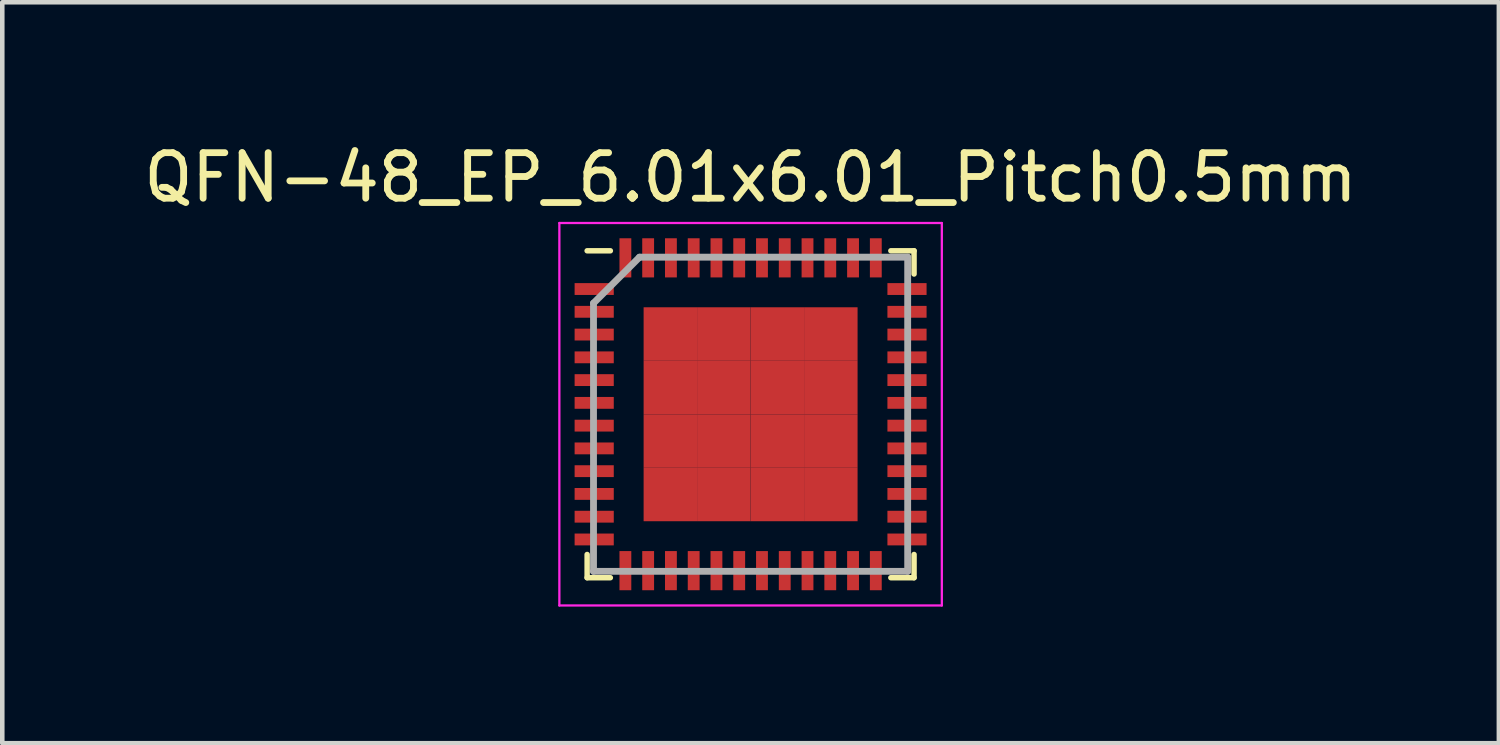
<source format=kicad_pcb>
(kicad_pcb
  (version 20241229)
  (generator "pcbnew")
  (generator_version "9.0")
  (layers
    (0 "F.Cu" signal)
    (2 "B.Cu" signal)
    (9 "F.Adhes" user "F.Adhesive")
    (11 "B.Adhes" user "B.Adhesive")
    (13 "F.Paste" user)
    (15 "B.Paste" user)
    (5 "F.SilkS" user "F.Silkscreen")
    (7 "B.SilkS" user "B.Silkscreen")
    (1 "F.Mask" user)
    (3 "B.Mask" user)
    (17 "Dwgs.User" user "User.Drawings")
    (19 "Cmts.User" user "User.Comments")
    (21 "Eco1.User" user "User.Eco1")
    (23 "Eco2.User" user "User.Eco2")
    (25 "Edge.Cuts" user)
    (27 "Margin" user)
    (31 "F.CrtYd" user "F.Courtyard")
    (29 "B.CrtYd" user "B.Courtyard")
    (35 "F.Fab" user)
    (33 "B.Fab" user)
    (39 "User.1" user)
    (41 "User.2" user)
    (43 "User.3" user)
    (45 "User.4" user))
  (footprint "QFN-48_EP_6.01x6.01_Pitch0.5mm"
    (layer "F.Cu")
    (at 13.435 6.048)
    (property "Reference" "QFN-48_EP_6.01x6.01_Pitch0.5mm" (at 0 -5.2 0) (layer "F.SilkS") (effects (font (size 1 1) (thickness 0.15))))
    (attr smd)
    (fp_line (start -3.59 -3.59) (end -3.08 -3.59) (stroke (width 0.12) (type solid)) (layer "F.SilkS"))
    (fp_line (start -3.59 3.08) (end -3.59 3.59) (stroke (width 0.12) (type solid)) (layer "F.SilkS"))
    (fp_line (start -3.59 3.59) (end -3.08 3.59) (stroke (width 0.12) (type solid)) (layer "F.SilkS"))
    (fp_line (start 3.08 -3.59) (end 3.59 -3.59) (stroke (width 0.12) (type solid)) (layer "F.SilkS"))
    (fp_line (start 3.08 3.59) (end 3.59 3.59) (stroke (width 0.12) (type solid)) (layer "F.SilkS"))
    (fp_line (start 3.59 -3.59) (end 3.59 -3.08) (stroke (width 0.12) (type solid)) (layer "F.SilkS"))
    (fp_line (start 3.59 3.59) (end 3.59 3.08) (stroke (width 0.12) (type solid)) (layer "F.SilkS"))
    (fp_line (start -4.2 -4.2) (end 4.2 -4.2) (stroke (width 0.05) (type solid)) (layer "F.CrtYd"))
    (fp_line (start -4.2 4.2) (end -4.2 -4.2) (stroke (width 0.05) (type solid)) (layer "F.CrtYd"))
    (fp_line (start 4.2 -4.2) (end 4.2 4.2) (stroke (width 0.05) (type solid)) (layer "F.CrtYd"))
    (fp_line (start 4.2 4.2) (end -4.2 4.2) (stroke (width 0.05) (type solid)) (layer "F.CrtYd"))
    (fp_line (start -3.45 -2.44) (end -3.45 3.45) (stroke (width 0.15) (type solid)) (layer "F.Fab"))
    (fp_line (start -3.45 3.45) (end 3.45 3.45) (stroke (width 0.15) (type solid)) (layer "F.Fab"))
    (fp_line (start -2.44 -3.45) (end -3.45 -2.44) (stroke (width 0.15) (type solid)) (layer "F.Fab"))
    (fp_line (start 3.45 -3.45) (end -2.44 -3.45) (stroke (width 0.15) (type solid)) (layer "F.Fab"))
    (fp_line (start 3.45 3.45) (end 3.45 -3.45) (stroke (width 0.15) (type solid)) (layer "F.Fab"))
    (pad "0" smd rect (at -1.762 -1.762) (size 1.175 1.175) (layers "F.Cu" "F.Mask" "F.Paste"))
    (pad "0" smd rect (at -1.762 -0.588) (size 1.175 1.175) (layers "F.Cu" "F.Mask" "F.Paste"))
    (pad "0" smd rect (at -1.762 0.588) (size 1.175 1.175) (layers "F.Cu" "F.Mask" "F.Paste"))
    (pad "0" smd rect (at -1.762 1.762) (size 1.175 1.175) (layers "F.Cu" "F.Mask" "F.Paste"))
    (pad "0" smd rect (at -0.588 -1.762) (size 1.175 1.175) (layers "F.Cu" "F.Mask" "F.Paste"))
    (pad "0" smd rect (at -0.588 -0.588) (size 1.175 1.175) (layers "F.Cu" "F.Mask" "F.Paste"))
    (pad "0" smd rect (at -0.588 0.588) (size 1.175 1.175) (layers "F.Cu" "F.Mask" "F.Paste"))
    (pad "0" smd rect (at -0.588 1.762) (size 1.175 1.175) (layers "F.Cu" "F.Mask" "F.Paste"))
    (pad "0" smd rect (at 0.588 -1.762) (size 1.175 1.175) (layers "F.Cu" "F.Mask" "F.Paste"))
    (pad "0" smd rect (at 0.588 -0.588) (size 1.175 1.175) (layers "F.Cu" "F.Mask" "F.Paste"))
    (pad "0" smd rect (at 0.588 0.588) (size 1.175 1.175) (layers "F.Cu" "F.Mask" "F.Paste"))
    (pad "0" smd rect (at 0.588 1.762) (size 1.175 1.175) (layers "F.Cu" "F.Mask" "F.Paste"))
    (pad "0" smd rect (at 1.762 -1.762) (size 1.175 1.175) (layers "F.Cu" "F.Mask" "F.Paste"))
    (pad "0" smd rect (at 1.762 -0.588) (size 1.175 1.175) (layers "F.Cu" "F.Mask" "F.Paste"))
    (pad "0" smd rect (at 1.762 0.588) (size 1.175 1.175) (layers "F.Cu" "F.Mask" "F.Paste"))
    (pad "0" smd rect (at 1.762 1.762) (size 1.175 1.175) (layers "F.Cu" "F.Mask" "F.Paste"))
    (pad "1" smd rect (at -3.435 -2.75 90) (size 0.26 0.86) (layers "F.Cu" "F.Mask" "F.Paste"))
    (pad "2" smd rect (at -3.435 -2.25 90) (size 0.26 0.86) (layers "F.Cu" "F.Mask" "F.Paste"))
    (pad "3" smd rect (at -3.435 -1.75 90) (size 0.26 0.86) (layers "F.Cu" "F.Mask" "F.Paste"))
    (pad "4" smd rect (at -3.435 -1.25 90) (size 0.26 0.86) (layers "F.Cu" "F.Mask" "F.Paste"))
    (pad "5" smd rect (at -3.435 -0.75 90) (size 0.26 0.86) (layers "F.Cu" "F.Mask" "F.Paste"))
    (pad "6" smd rect (at -3.435 -0.25 90) (size 0.26 0.86) (layers "F.Cu" "F.Mask" "F.Paste"))
    (pad "7" smd rect (at -3.435 0.25 90) (size 0.26 0.86) (layers "F.Cu" "F.Mask" "F.Paste"))
    (pad "8" smd rect (at -3.435 0.75 90) (size 0.26 0.86) (layers "F.Cu" "F.Mask" "F.Paste"))
    (pad "9" smd rect (at -3.435 1.25 90) (size 0.26 0.86) (layers "F.Cu" "F.Mask" "F.Paste"))
    (pad "10" smd rect (at -3.435 1.75 90) (size 0.26 0.86) (layers "F.Cu" "F.Mask" "F.Paste"))
    (pad "11" smd rect (at -3.435 2.25 90) (size 0.26 0.86) (layers "F.Cu" "F.Mask" "F.Paste"))
    (pad "12" smd rect (at -3.435 2.75 90) (size 0.26 0.86) (layers "F.Cu" "F.Mask" "F.Paste"))
    (pad "13" smd rect (at -2.75 3.435) (size 0.26 0.86) (layers "F.Cu" "F.Mask" "F.Paste"))
    (pad "14" smd rect (at -2.25 3.435) (size 0.26 0.86) (layers "F.Cu" "F.Mask" "F.Paste"))
    (pad "15" smd rect (at -1.75 3.435) (size 0.26 0.86) (layers "F.Cu" "F.Mask" "F.Paste"))
    (pad "16" smd rect (at -1.25 3.435) (size 0.26 0.86) (layers "F.Cu" "F.Mask" "F.Paste"))
    (pad "17" smd rect (at -0.75 3.435) (size 0.26 0.86) (layers "F.Cu" "F.Mask" "F.Paste"))
    (pad "18" smd rect (at -0.25 3.435) (size 0.26 0.86) (layers "F.Cu" "F.Mask" "F.Paste"))
    (pad "19" smd rect (at 0.25 3.435) (size 0.26 0.86) (layers "F.Cu" "F.Mask" "F.Paste"))
    (pad "20" smd rect (at 0.75 3.435) (size 0.26 0.86) (layers "F.Cu" "F.Mask" "F.Paste"))
    (pad "21" smd rect (at 1.25 3.435) (size 0.26 0.86) (layers "F.Cu" "F.Mask" "F.Paste"))
    (pad "22" smd rect (at 1.75 3.435) (size 0.26 0.86) (layers "F.Cu" "F.Mask" "F.Paste"))
    (pad "23" smd rect (at 2.25 3.435) (size 0.26 0.86) (layers "F.Cu" "F.Mask" "F.Paste"))
    (pad "24" smd rect (at 2.75 3.435) (size 0.26 0.86) (layers "F.Cu" "F.Mask" "F.Paste"))
    (pad "25" smd rect (at 3.435 2.75 90) (size 0.26 0.86) (layers "F.Cu" "F.Mask" "F.Paste"))
    (pad "26" smd rect (at 3.435 2.25 90) (size 0.26 0.86) (layers "F.Cu" "F.Mask" "F.Paste"))
    (pad "27" smd rect (at 3.435 1.75 90) (size 0.26 0.86) (layers "F.Cu" "F.Mask" "F.Paste"))
    (pad "28" smd rect (at 3.435 1.25 90) (size 0.26 0.86) (layers "F.Cu" "F.Mask" "F.Paste"))
    (pad "29" smd rect (at 3.435 0.75 90) (size 0.26 0.86) (layers "F.Cu" "F.Mask" "F.Paste"))
    (pad "30" smd rect (at 3.435 0.25 90) (size 0.26 0.86) (layers "F.Cu" "F.Mask" "F.Paste"))
    (pad "31" smd rect (at 3.435 -0.25 90) (size 0.26 0.86) (layers "F.Cu" "F.Mask" "F.Paste"))
    (pad "32" smd rect (at 3.435 -0.75 90) (size 0.26 0.86) (layers "F.Cu" "F.Mask" "F.Paste"))
    (pad "33" smd rect (at 3.435 -1.25 90) (size 0.26 0.86) (layers "F.Cu" "F.Mask" "F.Paste"))
    (pad "34" smd rect (at 3.435 -1.75 90) (size 0.26 0.86) (layers "F.Cu" "F.Mask" "F.Paste"))
    (pad "35" smd rect (at 3.435 -2.25 90) (size 0.26 0.86) (layers "F.Cu" "F.Mask" "F.Paste"))
    (pad "36" smd rect (at 3.435 -2.75 90) (size 0.26 0.86) (layers "F.Cu" "F.Mask" "F.Paste"))
    (pad "37" smd rect (at 2.75 -3.435) (size 0.26 0.86) (layers "F.Cu" "F.Mask" "F.Paste"))
    (pad "38" smd rect (at 2.25 -3.435) (size 0.26 0.86) (layers "F.Cu" "F.Mask" "F.Paste"))
    (pad "39" smd rect (at 1.75 -3.435) (size 0.26 0.86) (layers "F.Cu" "F.Mask" "F.Paste"))
    (pad "40" smd rect (at 1.25 -3.435) (size 0.26 0.86) (layers "F.Cu" "F.Mask" "F.Paste"))
    (pad "41" smd rect (at 0.75 -3.435) (size 0.26 0.86) (layers "F.Cu" "F.Mask" "F.Paste"))
    (pad "42" smd rect (at 0.25 -3.435) (size 0.26 0.86) (layers "F.Cu" "F.Mask" "F.Paste"))
    (pad "43" smd rect (at -0.25 -3.435) (size 0.26 0.86) (layers "F.Cu" "F.Mask" "F.Paste"))
    (pad "44" smd rect (at -0.75 -3.435) (size 0.26 0.86) (layers "F.Cu" "F.Mask" "F.Paste"))
    (pad "45" smd rect (at -1.25 -3.435) (size 0.26 0.86) (layers "F.Cu" "F.Mask" "F.Paste"))
    (pad "46" smd rect (at -1.75 -3.435) (size 0.26 0.86) (layers "F.Cu" "F.Mask" "F.Paste"))
    (pad "47" smd rect (at -2.25 -3.435) (size 0.26 0.86) (layers "F.Cu" "F.Mask" "F.Paste"))
    (pad "48" smd rect (at -2.75 -3.435) (size 0.26 0.86) (layers "F.Cu" "F.Mask" "F.Paste")))
  (gr_rect
    (start -3 -3)
    (end 29.869 13.273)
    (stroke (width 0.1) (type default))
    (fill no)
    (layer "Edge.Cuts")))
</source>
